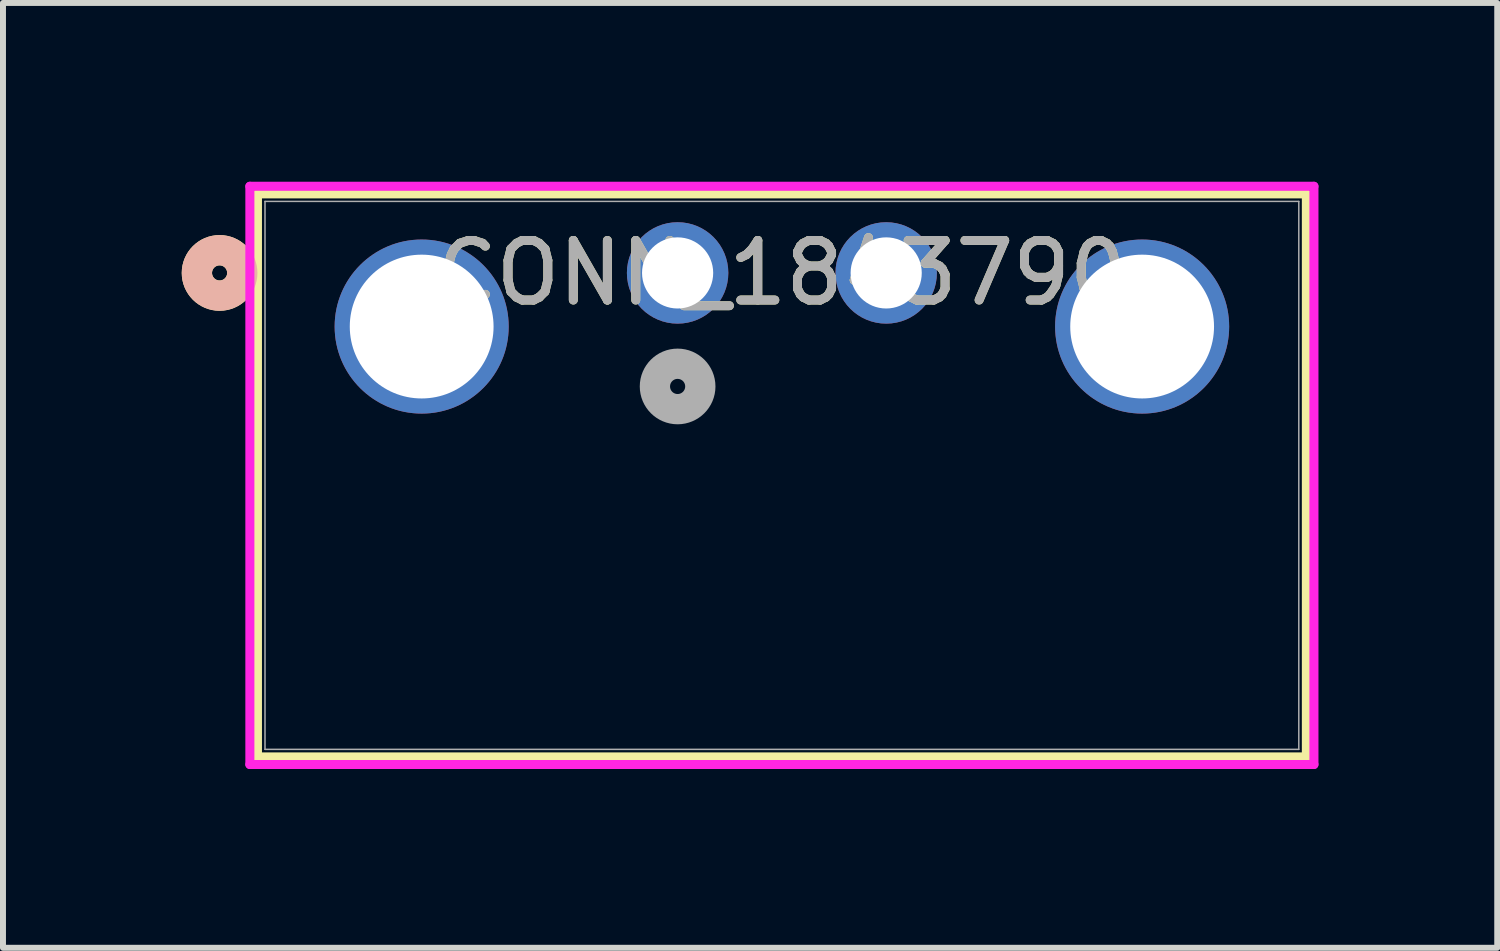
<source format=kicad_pcb>
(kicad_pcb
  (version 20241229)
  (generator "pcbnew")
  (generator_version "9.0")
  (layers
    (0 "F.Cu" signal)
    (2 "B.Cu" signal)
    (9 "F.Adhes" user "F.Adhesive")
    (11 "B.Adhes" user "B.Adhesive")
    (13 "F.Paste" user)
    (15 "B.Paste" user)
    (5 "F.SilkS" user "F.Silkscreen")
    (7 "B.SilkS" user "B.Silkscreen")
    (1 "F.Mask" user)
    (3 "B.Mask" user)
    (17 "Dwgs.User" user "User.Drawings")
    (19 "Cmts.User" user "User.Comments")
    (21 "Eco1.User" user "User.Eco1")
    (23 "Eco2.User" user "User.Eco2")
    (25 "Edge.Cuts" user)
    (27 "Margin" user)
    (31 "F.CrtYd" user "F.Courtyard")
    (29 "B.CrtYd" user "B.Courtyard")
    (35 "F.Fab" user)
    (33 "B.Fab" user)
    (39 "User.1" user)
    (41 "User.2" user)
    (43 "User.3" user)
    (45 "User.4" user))
  (footprint "CONN_1843790"
    (layer "F.Cu")
    (at 11.821 1.53)
    (property "Reference" "CONN_1843790" (at -1.75 0 0) (unlocked yes) (layer "F.SilkS") (effects (font (size 1 1) (thickness 0.15))))
    (attr through_hole)
    (fp_line (start -10.551 -1.327) (end -10.551 8.122) (stroke (width 0.152) (type solid)) (layer "F.SilkS"))
    (fp_line (start -10.551 8.122) (end 7.051 8.122) (stroke (width 0.152) (type solid)) (layer "F.SilkS"))
    (fp_line (start 7.051 -1.327) (end -10.551 -1.327) (stroke (width 0.152) (type solid)) (layer "F.SilkS"))
    (fp_line (start 7.051 8.122) (end 7.051 -1.327) (stroke (width 0.152) (type solid)) (layer "F.SilkS"))
    (fp_circle (center -11.186 0) (end -10.805 0) (stroke (width 0.508) (type solid)) (fill no) (layer "F.SilkS"))
    (fp_circle (center -11.186 0) (end -10.805 0) (stroke (width 0.508) (type solid)) (fill no) (layer "B.SilkS"))
    (fp_line (start -10.678 -1.454) (end -10.678 8.249) (stroke (width 0.152) (type solid)) (layer "F.CrtYd"))
    (fp_line (start -10.678 8.249) (end 7.178 8.249) (stroke (width 0.152) (type solid)) (layer "F.CrtYd"))
    (fp_line (start 7.178 -1.454) (end -10.678 -1.454) (stroke (width 0.152) (type solid)) (layer "F.CrtYd"))
    (fp_line (start 7.178 8.249) (end 7.178 -1.454) (stroke (width 0.152) (type solid)) (layer "F.CrtYd"))
    (fp_line (start -10.424 -1.2) (end -10.424 7.995) (stroke (width 0.025) (type solid)) (layer "F.Fab"))
    (fp_line (start -10.424 7.995) (end 6.924 7.995) (stroke (width 0.025) (type solid)) (layer "F.Fab"))
    (fp_line (start 6.924 -1.2) (end -10.424 -1.2) (stroke (width 0.025) (type solid)) (layer "F.Fab"))
    (fp_line (start 6.924 7.995) (end 6.924 -1.2) (stroke (width 0.025) (type solid)) (layer "F.Fab"))
    (fp_circle (center -3.5 1.905) (end -3.119 1.905) (stroke (width 0.508) (type solid)) (fill no) (layer "F.Fab"))
    (fp_text user "${REFERENCE}" (at -1.75 0 0) (unlocked yes) (layer "F.Fab") (effects (font (size 1 1) (thickness 0.15))))
    (pad "1" thru_hole circle (at -3.5 0) (size 1.702 1.702) (drill 1.194) (layers "*.Cu" "*.Mask"))
    (pad "2" thru_hole circle (at 0.000001 0) (size 1.702 1.702) (drill 1.194) (layers "*.Cu" "*.Mask"))
    (pad "3" thru_hole circle (at -7.795 0.9) (size 2.921 2.921) (drill 2.413) (layers "*.Cu" "*.Mask"))
    (pad "4" thru_hole circle (at 4.295 0.9) (size 2.921 2.921) (drill 2.413) (layers "*.Cu" "*.Mask")))
  (gr_rect
    (start -3 -3)
    (end 22.075 12.855)
    (stroke (width 0.1) (type default))
    (fill no)
    (layer "Edge.Cuts")))
</source>
